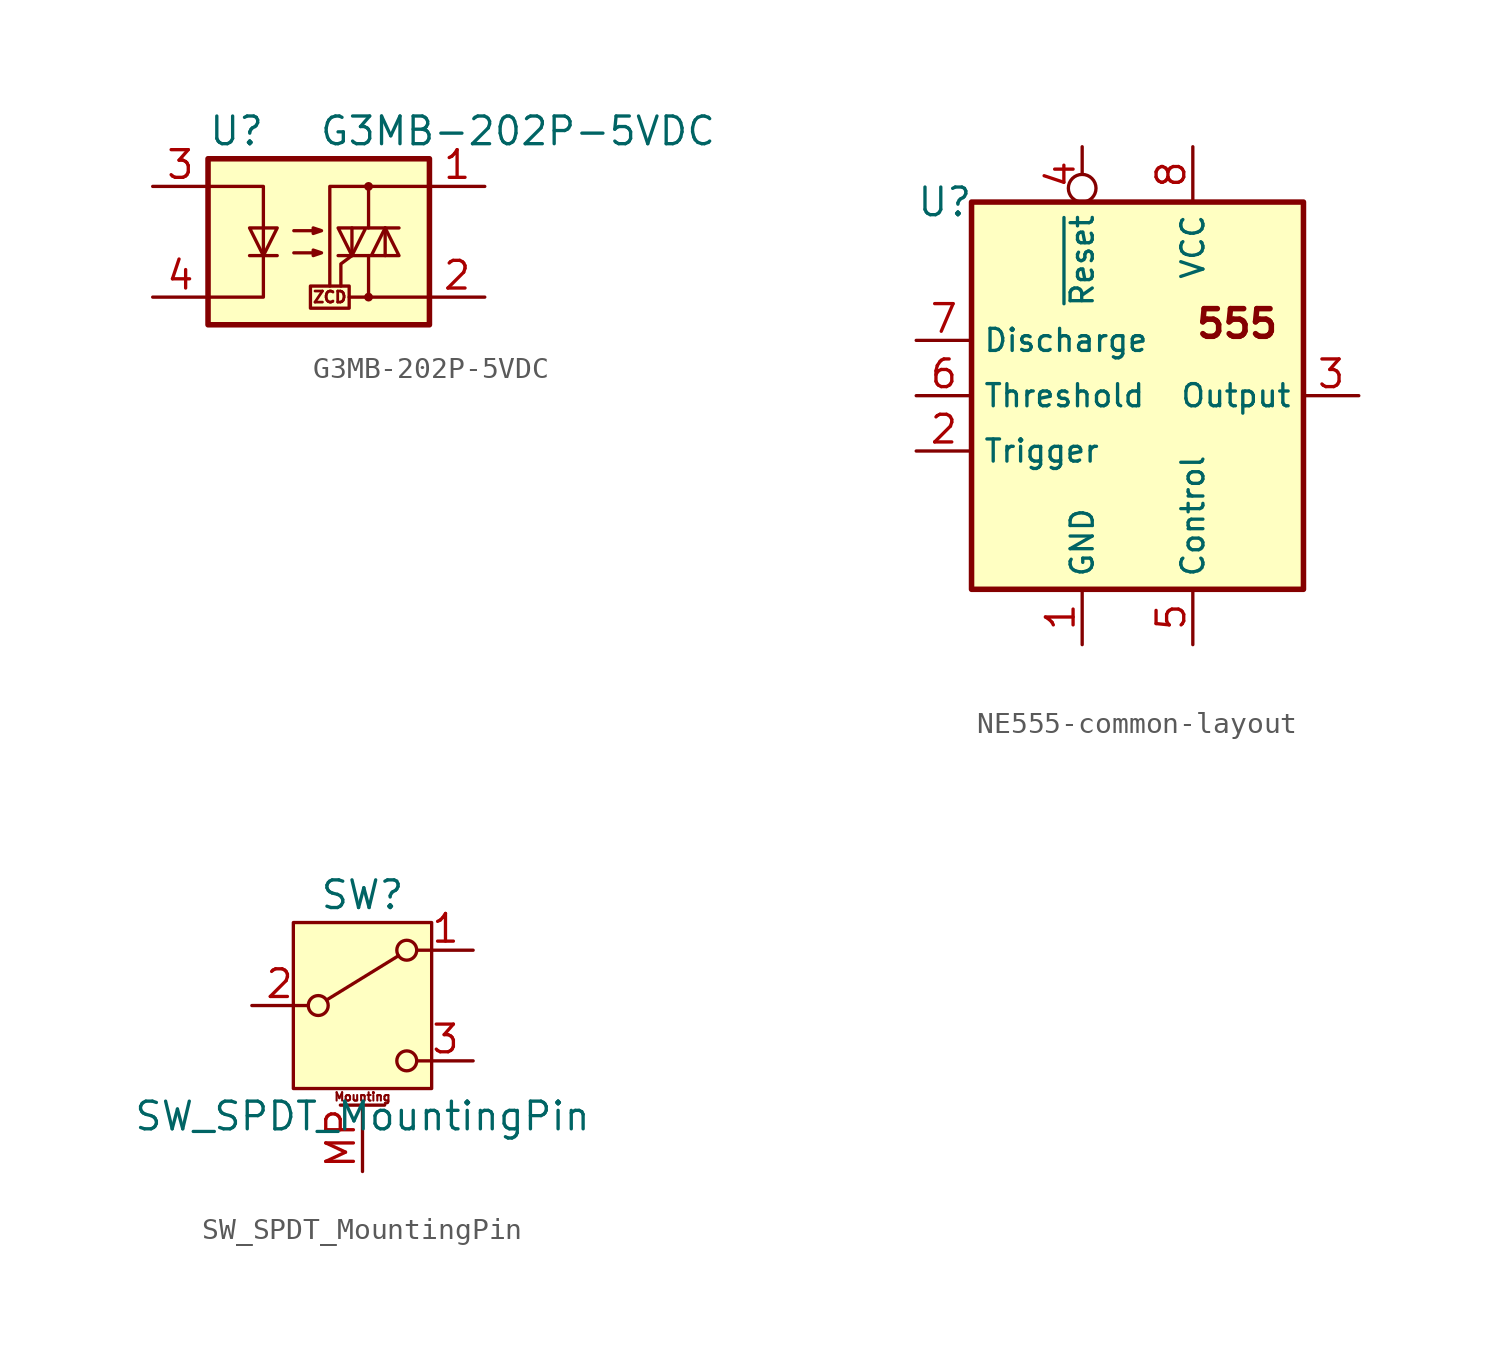
<source format=kicad_sym>
(kicad_symbol_lib
  (version 20231120)
  (generator "kicad_symbol_editor")
  (generator_version "8.0")
  (symbol "G3MB-202P-5VDC"
    (property "Reference" "U"
      (at -5.08 5.08 0)
      (effects (font (size 1.27 1.27)) (justify left)))
    (property "Value" "G3MB-202P-5VDC"
      (at 0 5.08 0)
      (effects (font (size 1.27 1.27)) (justify left)))
    (symbol "G3MB-202P-5VDC_0_0"
      (rectangle (start -0.381 -2.032) (end 1.397 -3.048) (stroke (width 0) (type default)) (fill (type none)))
      (polyline (pts (xy 2.286 -2.54) (xy 1.397 -2.54)) (stroke (width 0) (type default)) (fill (type none)))
      (polyline (pts (xy 1.524 -0.635) (xy 1.016 -1.016) (xy 1.016 -2.032)) (stroke (width 0) (type default)) (fill (type none)))
      (text "ZCD" (at 0.508 -2.54 0) (effects (font (size 0.508 0.508)))))
    (symbol "G3MB-202P-5VDC_0_1"
      (rectangle (start -5.08 3.81) (end 5.08 -3.81) (stroke (width 0.254) (type default)) (fill (type background)))
      (polyline (pts (xy -3.175 -0.635) (xy -1.905 -0.635)) (stroke (width 0) (type default)) (fill (type none)))
      (polyline (pts (xy 1.524 -0.635) (xy 1.524 0.635)) (stroke (width 0) (type default)) (fill (type none)))
      (polyline (pts (xy 3.048 0.635) (xy 3.048 -0.635)) (stroke (width 0) (type default)) (fill (type none)))
      (polyline (pts (xy 2.286 -0.635) (xy 2.286 -2.54) (xy 5.08 -2.54)) (stroke (width 0) (type default)) (fill (type none)))
      (polyline (pts (xy 2.286 0.635) (xy 2.286 2.54) (xy 5.08 2.54)) (stroke (width 0) (type default)) (fill (type none)))
      (polyline (pts (xy 2.286 2.54) (xy 0.508 2.54) (xy 0.508 -2.032)) (stroke (width 0) (type default)) (fill (type none)))
      (polyline (pts (xy -5.08 2.54) (xy -2.54 2.54) (xy -2.54 -2.54) (xy -5.08 -2.54)) (stroke (width 0) (type default)) (fill (type none)))
      (polyline (pts (xy -2.54 -0.635) (xy -3.175 0.635) (xy -1.905 0.635) (xy -2.54 -0.635)) (stroke (width 0) (type default)) (fill (type none)))
      (polyline (pts (xy 0.889 -0.635) (xy 3.683 -0.635) (xy 3.048 0.635) (xy 2.413 -0.635)) (stroke (width 0) (type default)) (fill (type none)))
      (polyline (pts (xy 3.683 0.635) (xy 0.889 0.635) (xy 1.524 -0.635) (xy 2.159 0.635)) (stroke (width 0) (type default)) (fill (type none)))
      (polyline (pts (xy -1.143 -0.508) (xy 0.127 -0.508) (xy -0.254 -0.635) (xy -0.254 -0.381) (xy 0.127 -0.508)) (stroke (width 0) (type default)) (fill (type none)))
      (polyline (pts (xy -1.143 0.508) (xy 0.127 0.508) (xy -0.254 0.381) (xy -0.254 0.635) (xy 0.127 0.508)) (stroke (width 0) (type default)) (fill (type none)))
      (circle (center 2.286 -2.54) (radius 0.127) (stroke (width 0) (type default)) (fill (type none)))
      (circle (center 2.286 2.54) (radius 0.127) (stroke (width 0) (type default)) (fill (type none))))
    (symbol "G3MB-202P-5VDC_1_1"
      (pin passive line (at 7.62 2.54 180) (length 2.54) (name "~" (effects (font (size 1.27 1.27)))) (number "1" (effects (font (size 1.27 1.27)))))
      (pin passive line (at 7.62 -2.54 180) (length 2.54) (name "~" (effects (font (size 1.27 1.27)))) (number "2" (effects (font (size 1.27 1.27)))))
      (pin passive line (at -7.62 2.54 0) (length 2.54) (name "~" (effects (font (size 1.27 1.27)))) (number "3" (effects (font (size 1.27 1.27)))))
      (pin passive line (at -7.62 -2.54 0) (length 2.54) (name "~" (effects (font (size 1.27 1.27)))) (number "4" (effects (font (size 1.27 1.27)))))))
  (symbol "NE555-common-layout"
    (property "Reference" "U"
      (at -10.16 8.89 0)
      (effects (font (size 1.27 1.27)) (justify left)))
    (symbol "NE555-common-layout_0_0"
      (pin power_in line (at -2.54 -11.43 90) (length 2.54) (name "GND" (effects (font (size 1.016 1.016)))) (number "1" (effects (font (size 1.27 1.27)))))
      (pin power_in line (at 2.54 11.43 270) (length 2.54) (name "VCC" (effects (font (size 1.016 1.016)))) (number "8" (effects (font (size 1.27 1.27))))))
    (symbol "NE555-common-layout_0_1"
      (rectangle (start -7.62 8.89) (end 7.62 -8.89) (stroke (width 0.254) (type default)) (fill (type background))))
    (symbol "NE555-common-layout_1_1"
      (text "555" (at 4.572 3.302 0) (effects (font (size 1.27 1.27) (thickness 0.254) (bold yes))))
      (pin input line (at -10.16 -2.54 0) (length 2.54) (name "Trigger" (effects (font (size 1.016 1.016)))) (number "2" (effects (font (size 1.27 1.27)))))
      (pin output line (at 10.16 0 180) (length 2.54) (name "Output" (effects (font (size 1.016 1.016)))) (number "3" (effects (font (size 1.27 1.27)))))
      (pin input inverted (at -2.54 11.43 270) (length 2.54) (name "~{Reset}" (effects (font (size 1.016 1.016)))) (number "4" (effects (font (size 1.27 1.27)))))
      (pin input line (at 2.54 -11.43 90) (length 2.54) (name "Control" (effects (font (size 1.016 1.016)))) (number "5" (effects (font (size 1.27 1.27)))))
      (pin input line (at -10.16 0 0) (length 2.54) (name "Threshold" (effects (font (size 1.016 1.016)))) (number "6" (effects (font (size 1.27 1.27)))))
      (pin input line (at -10.16 2.54 0) (length 2.54) (name "Discharge" (effects (font (size 1.016 1.016)))) (number "7" (effects (font (size 1.27 1.27)))))))
  (symbol "SW_SPDT_MountingPin"
    (pin_names
      (offset 0) hide)
    (property "Reference" "SW"
      (at 0 5.08 0)
      (effects (font (size 1.27 1.27))))
    (property "Value" "SW_SPDT_MountingPin"
      (at 0 -5.08 0)
      (effects (font (size 1.27 1.27))))
    (symbol "SW_SPDT_MountingPin_0_1"
      (circle (center -2.032 0) (radius 0.457) (stroke (width 0) (type default)) (fill (type none)))
      (polyline (pts (xy -1.651 0.254) (xy 1.651 2.286)) (stroke (width 0) (type default)) (fill (type none)))
      (circle (center 2.032 -2.54) (radius 0.457) (stroke (width 0) (type default)) (fill (type none)))
      (circle (center 2.032 2.54) (radius 0.457) (stroke (width 0) (type default)) (fill (type none))))
    (symbol "SW_SPDT_MountingPin_1_1"
      (rectangle (start -3.175 3.81) (end 3.175 -3.81) (stroke (width 0) (type default)) (fill (type background)))
      (polyline (pts (xy -1.016 -4.572) (xy 1.016 -4.572)) (stroke (width 0.152) (type default)) (fill (type none)))
      (text "Mounting" (at 0 -4.191 0) (effects (font (size 0.381 0.381))))
      (pin passive line (at 5.08 2.54 180) (length 2.54) (name "A" (effects (font (size 1.27 1.27)))) (number "1" (effects (font (size 1.27 1.27)))))
      (pin passive line (at -5.08 0 0) (length 2.54) (name "B" (effects (font (size 1.27 1.27)))) (number "2" (effects (font (size 1.27 1.27)))))
      (pin passive line (at 5.08 -2.54 180) (length 2.54) (name "C" (effects (font (size 1.27 1.27)))) (number "3" (effects (font (size 1.27 1.27)))))
      (pin passive line (at 0 -7.62 90) (length 3.048) (name "MountPin" (effects (font (size 1.27 1.27)))) (number "MP" (effects (font (size 1.27 1.27))))))))
</source>
